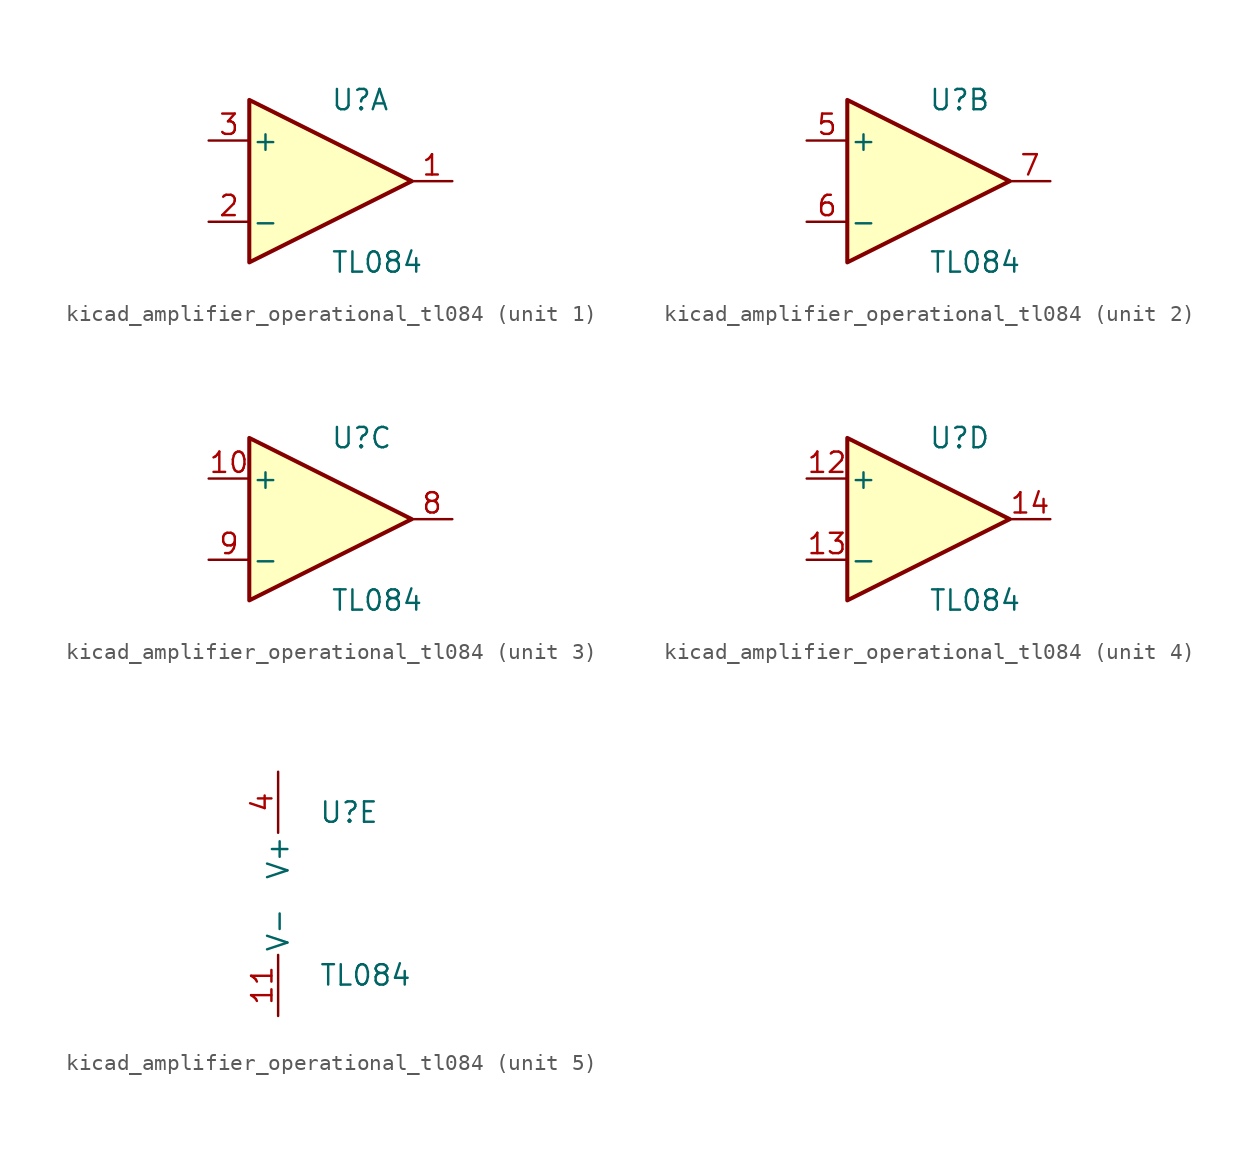
<source format=kicad_sym>
(kicad_symbol_lib
  (version 20220914)
  (generator kicad_symbol_editor)
  (symbol "kicad_amplifier_operational_tl084"
    (pin_names
      (offset 0.127))
    (property "Reference" "U"
      (at 0 5.08 0)
      (effects (font (size 1.27 1.27)) (justify left)))
    (property "Value" "TL084"
      (at 0 -5.08 0)
      (effects (font (size 1.27 1.27)) (justify left)))
    (property "ki_locked" ""
      (at 0 0 0)
      (effects (font (size 1.27 1.27))))
    (symbol "kicad_amplifier_operational_tl084_1_1"
      (polyline (pts (xy -5.08 5.08) (xy 5.08 0) (xy -5.08 -5.08) (xy -5.08 5.08)) (stroke (width 0.254) (type default)) (fill (type background)))
      (pin output line (at 7.62 0 180) (length 2.54) (name "~" (effects (font (size 1.27 1.27)))) (number "1" (effects (font (size 1.27 1.27)))))
      (pin input line (at -7.62 -2.54 0) (length 2.54) (name "-" (effects (font (size 1.27 1.27)))) (number "2" (effects (font (size 1.27 1.27)))))
      (pin input line (at -7.62 2.54 0) (length 2.54) (name "+" (effects (font (size 1.27 1.27)))) (number "3" (effects (font (size 1.27 1.27))))))
    (symbol "kicad_amplifier_operational_tl084_2_1"
      (polyline (pts (xy -5.08 5.08) (xy 5.08 0) (xy -5.08 -5.08) (xy -5.08 5.08)) (stroke (width 0.254) (type default)) (fill (type background)))
      (pin input line (at -7.62 2.54 0) (length 2.54) (name "+" (effects (font (size 1.27 1.27)))) (number "5" (effects (font (size 1.27 1.27)))))
      (pin input line (at -7.62 -2.54 0) (length 2.54) (name "-" (effects (font (size 1.27 1.27)))) (number "6" (effects (font (size 1.27 1.27)))))
      (pin output line (at 7.62 0 180) (length 2.54) (name "~" (effects (font (size 1.27 1.27)))) (number "7" (effects (font (size 1.27 1.27))))))
    (symbol "kicad_amplifier_operational_tl084_3_1"
      (polyline (pts (xy -5.08 5.08) (xy 5.08 0) (xy -5.08 -5.08) (xy -5.08 5.08)) (stroke (width 0.254) (type default)) (fill (type background)))
      (pin input line (at -7.62 2.54 0) (length 2.54) (name "+" (effects (font (size 1.27 1.27)))) (number "10" (effects (font (size 1.27 1.27)))))
      (pin output line (at 7.62 0 180) (length 2.54) (name "~" (effects (font (size 1.27 1.27)))) (number "8" (effects (font (size 1.27 1.27)))))
      (pin input line (at -7.62 -2.54 0) (length 2.54) (name "-" (effects (font (size 1.27 1.27)))) (number "9" (effects (font (size 1.27 1.27))))))
    (symbol "kicad_amplifier_operational_tl084_4_1"
      (polyline (pts (xy -5.08 5.08) (xy 5.08 0) (xy -5.08 -5.08) (xy -5.08 5.08)) (stroke (width 0.254) (type default)) (fill (type background)))
      (pin input line (at -7.62 2.54 0) (length 2.54) (name "+" (effects (font (size 1.27 1.27)))) (number "12" (effects (font (size 1.27 1.27)))))
      (pin input line (at -7.62 -2.54 0) (length 2.54) (name "-" (effects (font (size 1.27 1.27)))) (number "13" (effects (font (size 1.27 1.27)))))
      (pin output line (at 7.62 0 180) (length 2.54) (name "~" (effects (font (size 1.27 1.27)))) (number "14" (effects (font (size 1.27 1.27))))))
    (symbol "kicad_amplifier_operational_tl084_5_1"
      (pin power_in line (at -2.54 -7.62 90) (length 3.81) (name "V-" (effects (font (size 1.27 1.27)))) (number "11" (effects (font (size 1.27 1.27)))))
      (pin power_in line (at -2.54 7.62 270) (length 3.81) (name "V+" (effects (font (size 1.27 1.27)))) (number "4" (effects (font (size 1.27 1.27))))))))
</source>
